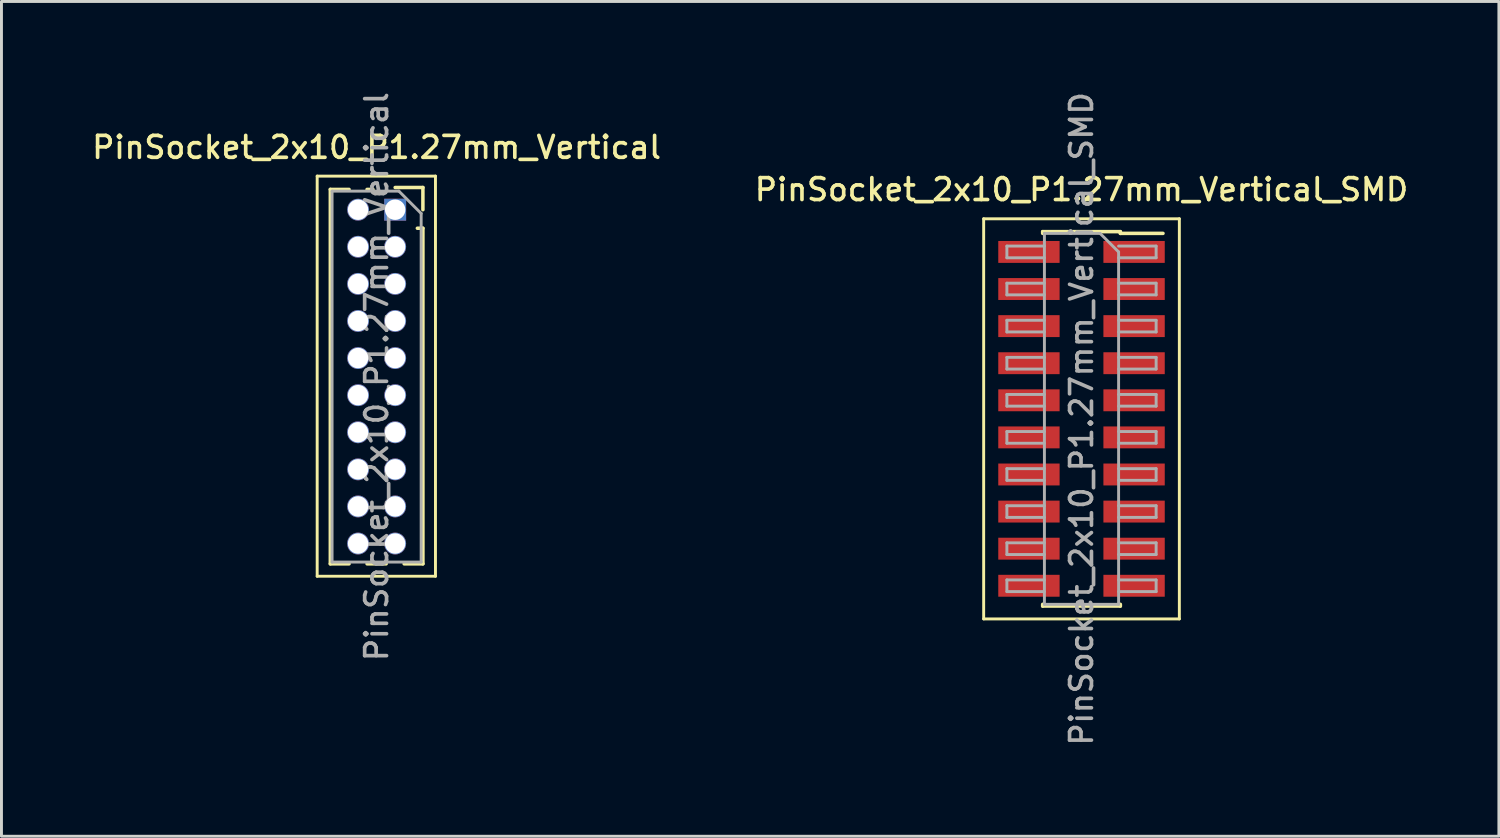
<source format=kicad_pcb>
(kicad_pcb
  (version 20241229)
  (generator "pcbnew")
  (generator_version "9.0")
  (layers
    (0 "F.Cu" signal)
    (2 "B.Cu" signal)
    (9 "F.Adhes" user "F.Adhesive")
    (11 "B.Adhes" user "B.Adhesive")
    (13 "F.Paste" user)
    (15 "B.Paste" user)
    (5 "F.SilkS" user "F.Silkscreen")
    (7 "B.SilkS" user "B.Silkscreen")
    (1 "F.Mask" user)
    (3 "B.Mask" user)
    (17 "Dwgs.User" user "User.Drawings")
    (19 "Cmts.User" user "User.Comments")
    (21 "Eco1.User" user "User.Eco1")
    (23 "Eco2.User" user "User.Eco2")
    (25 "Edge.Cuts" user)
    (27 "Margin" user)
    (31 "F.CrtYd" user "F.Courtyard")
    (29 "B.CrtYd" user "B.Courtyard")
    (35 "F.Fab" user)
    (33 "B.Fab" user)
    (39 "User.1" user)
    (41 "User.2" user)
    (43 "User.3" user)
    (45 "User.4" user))
  (footprint "PinSocket_2x10_P1.27mm_Vertical"
    (layer "F.Cu")
    (at 10.48 4.13)
    (property "Reference" "PinSocket_2x10_P1.27mm_Vertical" (at -0.635 -2.135 0) (layer "F.SilkS") (effects (font (size 0.75 0.75) (thickness 0.125))))
    (attr through_hole)
    (fp_line (start -2.67 -1.15) (end 1.38 -1.15) (stroke (width 0.1) (type solid)) (layer "F.SilkS"))
    (fp_line (start -2.67 12.55) (end -2.67 -1.15) (stroke (width 0.1) (type solid)) (layer "F.SilkS"))
    (fp_line (start -2.22 -0.695) (end -2.22 12.125) (stroke (width 0.12) (type solid)) (layer "F.SilkS"))
    (fp_line (start -2.22 -0.695) (end -1.578 -0.695) (stroke (width 0.12) (type solid)) (layer "F.SilkS"))
    (fp_line (start -2.22 12.125) (end -1.578 12.125) (stroke (width 0.12) (type solid)) (layer "F.SilkS"))
    (fp_line (start -0.962 -0.695) (end -0.76 -0.695) (stroke (width 0.12) (type solid)) (layer "F.SilkS"))
    (fp_line (start -0.962 12.125) (end -0.308 12.125) (stroke (width 0.12) (type solid)) (layer "F.SilkS"))
    (fp_line (start 0 -0.76) (end 0.95 -0.76) (stroke (width 0.12) (type solid)) (layer "F.SilkS"))
    (fp_line (start 0.308 12.125) (end 0.95 12.125) (stroke (width 0.12) (type solid)) (layer "F.SilkS"))
    (fp_line (start 0.76 0.635) (end 0.95 0.635) (stroke (width 0.12) (type solid)) (layer "F.SilkS"))
    (fp_line (start 0.95 -0.76) (end 0.95 0) (stroke (width 0.12) (type solid)) (layer "F.SilkS"))
    (fp_line (start 0.95 0.635) (end 0.95 12.125) (stroke (width 0.12) (type solid)) (layer "F.SilkS"))
    (fp_line (start 1.38 -1.15) (end 1.38 12.55) (stroke (width 0.1) (type solid)) (layer "F.SilkS"))
    (fp_line (start 1.38 12.55) (end -2.67 12.55) (stroke (width 0.1) (type solid)) (layer "F.SilkS"))
    (fp_line (start -2.16 -0.635) (end 0.128 -0.635) (stroke (width 0.1) (type solid)) (layer "F.Fab"))
    (fp_line (start -2.16 12.065) (end -2.16 -0.635) (stroke (width 0.1) (type solid)) (layer "F.Fab"))
    (fp_line (start 0.128 -0.635) (end 0.89 0.128) (stroke (width 0.1) (type solid)) (layer "F.Fab"))
    (fp_line (start 0.89 0.128) (end 0.89 12.065) (stroke (width 0.1) (type solid)) (layer "F.Fab"))
    (fp_line (start 0.89 12.065) (end -2.16 12.065) (stroke (width 0.1) (type solid)) (layer "F.Fab"))
    (fp_text user "${REFERENCE}" (at -0.635 5.715 90) (layer "F.Fab") (effects (font (size 0.75 0.75) (thickness 0.125))))
    (pad "1" thru_hole rect (at 0 0) (size 0.75 0.75) (drill 0.7) (layers "*.Cu" "*.Mask"))
    (pad "2" thru_hole oval (at -1.27 0) (size 0.75 0.75) (drill 0.7) (layers "*.Cu" "*.Mask"))
    (pad "3" thru_hole oval (at 0 1.27) (size 0.75 0.75) (drill 0.7) (layers "*.Cu" "*.Mask"))
    (pad "4" thru_hole oval (at -1.27 1.27) (size 0.75 0.75) (drill 0.7) (layers "*.Cu" "*.Mask"))
    (pad "5" thru_hole oval (at 0 2.54) (size 0.75 0.75) (drill 0.7) (layers "*.Cu" "*.Mask"))
    (pad "6" thru_hole oval (at -1.27 2.54) (size 0.75 0.75) (drill 0.7) (layers "*.Cu" "*.Mask"))
    (pad "7" thru_hole oval (at 0 3.81) (size 0.75 0.75) (drill 0.7) (layers "*.Cu" "*.Mask"))
    (pad "8" thru_hole oval (at -1.27 3.81) (size 0.75 0.75) (drill 0.7) (layers "*.Cu" "*.Mask"))
    (pad "9" thru_hole oval (at 0 5.08) (size 0.75 0.75) (drill 0.7) (layers "*.Cu" "*.Mask"))
    (pad "10" thru_hole oval (at -1.27 5.08) (size 0.75 0.75) (drill 0.7) (layers "*.Cu" "*.Mask"))
    (pad "11" thru_hole oval (at 0 6.35) (size 0.75 0.75) (drill 0.7) (layers "*.Cu" "*.Mask"))
    (pad "12" thru_hole oval (at -1.27 6.35) (size 0.75 0.75) (drill 0.7) (layers "*.Cu" "*.Mask"))
    (pad "13" thru_hole oval (at 0 7.62) (size 0.75 0.75) (drill 0.7) (layers "*.Cu" "*.Mask"))
    (pad "14" thru_hole oval (at -1.27 7.62) (size 0.75 0.75) (drill 0.7) (layers "*.Cu" "*.Mask"))
    (pad "15" thru_hole oval (at 0 8.89) (size 0.75 0.75) (drill 0.7) (layers "*.Cu" "*.Mask"))
    (pad "16" thru_hole oval (at -1.27 8.89) (size 0.75 0.75) (drill 0.7) (layers "*.Cu" "*.Mask"))
    (pad "17" thru_hole oval (at 0 10.16) (size 0.75 0.75) (drill 0.7) (layers "*.Cu" "*.Mask"))
    (pad "18" thru_hole oval (at -1.27 10.16) (size 0.75 0.75) (drill 0.7) (layers "*.Cu" "*.Mask"))
    (pad "19" thru_hole oval (at 0 11.43) (size 0.75 0.75) (drill 0.7) (layers "*.Cu" "*.Mask"))
    (pad "20" thru_hole oval (at -1.27 11.43) (size 0.75 0.75) (drill 0.7) (layers "*.Cu" "*.Mask")))
  (footprint "PinSocket_2x10_P1.27mm_Vertical_SMD"
    (layer "F.Cu")
    (at 33.98 11.291)
    (property "Reference" "PinSocket_2x10_P1.27mm_Vertical_SMD" (at 0 -7.85 0) (layer "F.SilkS") (effects (font (size 0.75 0.75) (thickness 0.125))))
    (attr smd)
    (fp_line (start -3.35 -6.85) (end 3.35 -6.85) (stroke (width 0.1) (type solid)) (layer "F.SilkS"))
    (fp_line (start -3.35 6.85) (end -3.35 -6.85) (stroke (width 0.1) (type solid)) (layer "F.SilkS"))
    (fp_line (start -1.33 -6.41) (end -1.33 -6.35) (stroke (width 0.12) (type solid)) (layer "F.SilkS"))
    (fp_line (start -1.33 -6.41) (end 1.33 -6.41) (stroke (width 0.12) (type solid)) (layer "F.SilkS"))
    (fp_line (start -1.33 6.35) (end -1.33 6.41) (stroke (width 0.12) (type solid)) (layer "F.SilkS"))
    (fp_line (start -1.33 6.41) (end 1.33 6.41) (stroke (width 0.12) (type solid)) (layer "F.SilkS"))
    (fp_line (start 1.33 -6.41) (end 1.33 -6.35) (stroke (width 0.12) (type solid)) (layer "F.SilkS"))
    (fp_line (start 1.33 -6.35) (end 2.79 -6.35) (stroke (width 0.12) (type solid)) (layer "F.SilkS"))
    (fp_line (start 1.33 6.35) (end 1.33 6.41) (stroke (width 0.12) (type solid)) (layer "F.SilkS"))
    (fp_line (start 3.35 -6.85) (end 3.35 6.85) (stroke (width 0.1) (type solid)) (layer "F.SilkS"))
    (fp_line (start 3.35 6.85) (end -3.35 6.85) (stroke (width 0.1) (type solid)) (layer "F.SilkS"))
    (fp_line (start -2.555 -5.915) (end -1.27 -5.915) (stroke (width 0.1) (type solid)) (layer "F.Fab"))
    (fp_line (start -2.555 -5.515) (end -2.555 -5.915) (stroke (width 0.1) (type solid)) (layer "F.Fab"))
    (fp_line (start -2.555 -4.645) (end -1.27 -4.645) (stroke (width 0.1) (type solid)) (layer "F.Fab"))
    (fp_line (start -2.555 -4.245) (end -2.555 -4.645) (stroke (width 0.1) (type solid)) (layer "F.Fab"))
    (fp_line (start -2.555 -3.375) (end -1.27 -3.375) (stroke (width 0.1) (type solid)) (layer "F.Fab"))
    (fp_line (start -2.555 -2.975) (end -2.555 -3.375) (stroke (width 0.1) (type solid)) (layer "F.Fab"))
    (fp_line (start -2.555 -2.105) (end -1.27 -2.105) (stroke (width 0.1) (type solid)) (layer "F.Fab"))
    (fp_line (start -2.555 -1.705) (end -2.555 -2.105) (stroke (width 0.1) (type solid)) (layer "F.Fab"))
    (fp_line (start -2.555 -0.835) (end -1.27 -0.835) (stroke (width 0.1) (type solid)) (layer "F.Fab"))
    (fp_line (start -2.555 -0.435) (end -2.555 -0.835) (stroke (width 0.1) (type solid)) (layer "F.Fab"))
    (fp_line (start -2.555 0.435) (end -1.27 0.435) (stroke (width 0.1) (type solid)) (layer "F.Fab"))
    (fp_line (start -2.555 0.835) (end -2.555 0.435) (stroke (width 0.1) (type solid)) (layer "F.Fab"))
    (fp_line (start -2.555 1.705) (end -1.27 1.705) (stroke (width 0.1) (type solid)) (layer "F.Fab"))
    (fp_line (start -2.555 2.105) (end -2.555 1.705) (stroke (width 0.1) (type solid)) (layer "F.Fab"))
    (fp_line (start -2.555 2.975) (end -1.27 2.975) (stroke (width 0.1) (type solid)) (layer "F.Fab"))
    (fp_line (start -2.555 3.375) (end -2.555 2.975) (stroke (width 0.1) (type solid)) (layer "F.Fab"))
    (fp_line (start -2.555 4.245) (end -1.27 4.245) (stroke (width 0.1) (type solid)) (layer "F.Fab"))
    (fp_line (start -2.555 4.645) (end -2.555 4.245) (stroke (width 0.1) (type solid)) (layer "F.Fab"))
    (fp_line (start -2.555 5.515) (end -1.27 5.515) (stroke (width 0.1) (type solid)) (layer "F.Fab"))
    (fp_line (start -2.555 5.915) (end -2.555 5.515) (stroke (width 0.1) (type solid)) (layer "F.Fab"))
    (fp_line (start -1.27 -6.35) (end 0.635 -6.35) (stroke (width 0.1) (type solid)) (layer "F.Fab"))
    (fp_line (start -1.27 -5.515) (end -2.555 -5.515) (stroke (width 0.1) (type solid)) (layer "F.Fab"))
    (fp_line (start -1.27 -4.245) (end -2.555 -4.245) (stroke (width 0.1) (type solid)) (layer "F.Fab"))
    (fp_line (start -1.27 -2.975) (end -2.555 -2.975) (stroke (width 0.1) (type solid)) (layer "F.Fab"))
    (fp_line (start -1.27 -1.705) (end -2.555 -1.705) (stroke (width 0.1) (type solid)) (layer "F.Fab"))
    (fp_line (start -1.27 -0.435) (end -2.555 -0.435) (stroke (width 0.1) (type solid)) (layer "F.Fab"))
    (fp_line (start -1.27 0.835) (end -2.555 0.835) (stroke (width 0.1) (type solid)) (layer "F.Fab"))
    (fp_line (start -1.27 2.105) (end -2.555 2.105) (stroke (width 0.1) (type solid)) (layer "F.Fab"))
    (fp_line (start -1.27 3.375) (end -2.555 3.375) (stroke (width 0.1) (type solid)) (layer "F.Fab"))
    (fp_line (start -1.27 4.645) (end -2.555 4.645) (stroke (width 0.1) (type solid)) (layer "F.Fab"))
    (fp_line (start -1.27 5.915) (end -2.555 5.915) (stroke (width 0.1) (type solid)) (layer "F.Fab"))
    (fp_line (start -1.27 6.35) (end -1.27 -6.35) (stroke (width 0.1) (type solid)) (layer "F.Fab"))
    (fp_line (start 0.635 -6.35) (end 1.27 -5.715) (stroke (width 0.1) (type solid)) (layer "F.Fab"))
    (fp_line (start 1.27 -5.915) (end 2.555 -5.915) (stroke (width 0.1) (type solid)) (layer "F.Fab"))
    (fp_line (start 1.27 -5.715) (end 1.27 6.35) (stroke (width 0.1) (type solid)) (layer "F.Fab"))
    (fp_line (start 1.27 -4.645) (end 2.555 -4.645) (stroke (width 0.1) (type solid)) (layer "F.Fab"))
    (fp_line (start 1.27 -3.375) (end 2.555 -3.375) (stroke (width 0.1) (type solid)) (layer "F.Fab"))
    (fp_line (start 1.27 -2.105) (end 2.555 -2.105) (stroke (width 0.1) (type solid)) (layer "F.Fab"))
    (fp_line (start 1.27 -0.835) (end 2.555 -0.835) (stroke (width 0.1) (type solid)) (layer "F.Fab"))
    (fp_line (start 1.27 0.435) (end 2.555 0.435) (stroke (width 0.1) (type solid)) (layer "F.Fab"))
    (fp_line (start 1.27 1.705) (end 2.555 1.705) (stroke (width 0.1) (type solid)) (layer "F.Fab"))
    (fp_line (start 1.27 2.975) (end 2.555 2.975) (stroke (width 0.1) (type solid)) (layer "F.Fab"))
    (fp_line (start 1.27 4.245) (end 2.555 4.245) (stroke (width 0.1) (type solid)) (layer "F.Fab"))
    (fp_line (start 1.27 5.515) (end 2.555 5.515) (stroke (width 0.1) (type solid)) (layer "F.Fab"))
    (fp_line (start 1.27 6.35) (end -1.27 6.35) (stroke (width 0.1) (type solid)) (layer "F.Fab"))
    (fp_line (start 2.555 -5.915) (end 2.555 -5.515) (stroke (width 0.1) (type solid)) (layer "F.Fab"))
    (fp_line (start 2.555 -5.515) (end 1.27 -5.515) (stroke (width 0.1) (type solid)) (layer "F.Fab"))
    (fp_line (start 2.555 -4.645) (end 2.555 -4.245) (stroke (width 0.1) (type solid)) (layer "F.Fab"))
    (fp_line (start 2.555 -4.245) (end 1.27 -4.245) (stroke (width 0.1) (type solid)) (layer "F.Fab"))
    (fp_line (start 2.555 -3.375) (end 2.555 -2.975) (stroke (width 0.1) (type solid)) (layer "F.Fab"))
    (fp_line (start 2.555 -2.975) (end 1.27 -2.975) (stroke (width 0.1) (type solid)) (layer "F.Fab"))
    (fp_line (start 2.555 -2.105) (end 2.555 -1.705) (stroke (width 0.1) (type solid)) (layer "F.Fab"))
    (fp_line (start 2.555 -1.705) (end 1.27 -1.705) (stroke (width 0.1) (type solid)) (layer "F.Fab"))
    (fp_line (start 2.555 -0.835) (end 2.555 -0.435) (stroke (width 0.1) (type solid)) (layer "F.Fab"))
    (fp_line (start 2.555 -0.435) (end 1.27 -0.435) (stroke (width 0.1) (type solid)) (layer "F.Fab"))
    (fp_line (start 2.555 0.435) (end 2.555 0.835) (stroke (width 0.1) (type solid)) (layer "F.Fab"))
    (fp_line (start 2.555 0.835) (end 1.27 0.835) (stroke (width 0.1) (type solid)) (layer "F.Fab"))
    (fp_line (start 2.555 1.705) (end 2.555 2.105) (stroke (width 0.1) (type solid)) (layer "F.Fab"))
    (fp_line (start 2.555 2.105) (end 1.27 2.105) (stroke (width 0.1) (type solid)) (layer "F.Fab"))
    (fp_line (start 2.555 2.975) (end 2.555 3.375) (stroke (width 0.1) (type solid)) (layer "F.Fab"))
    (fp_line (start 2.555 3.375) (end 1.27 3.375) (stroke (width 0.1) (type solid)) (layer "F.Fab"))
    (fp_line (start 2.555 4.245) (end 2.555 4.645) (stroke (width 0.1) (type solid)) (layer "F.Fab"))
    (fp_line (start 2.555 4.645) (end 1.27 4.645) (stroke (width 0.1) (type solid)) (layer "F.Fab"))
    (fp_line (start 2.555 5.515) (end 2.555 5.915) (stroke (width 0.1) (type solid)) (layer "F.Fab"))
    (fp_line (start 2.555 5.915) (end 1.27 5.915) (stroke (width 0.1) (type solid)) (layer "F.Fab"))
    (fp_text user "${REFERENCE}" (at 0 0 90) (layer "F.Fab") (effects (font (size 0.75 0.75) (thickness 0.125))))
    (pad "1" smd rect (at 1.8 -5.715) (size 2.1 0.75) (layers "F.Cu" "F.Mask" "F.Paste"))
    (pad "2" smd rect (at -1.8 -5.715) (size 2.1 0.75) (layers "F.Cu" "F.Mask" "F.Paste"))
    (pad "3" smd rect (at 1.8 -4.445) (size 2.1 0.75) (layers "F.Cu" "F.Mask" "F.Paste"))
    (pad "4" smd rect (at -1.8 -4.445) (size 2.1 0.75) (layers "F.Cu" "F.Mask" "F.Paste"))
    (pad "5" smd rect (at 1.8 -3.175) (size 2.1 0.75) (layers "F.Cu" "F.Mask" "F.Paste"))
    (pad "6" smd rect (at -1.8 -3.175) (size 2.1 0.75) (layers "F.Cu" "F.Mask" "F.Paste"))
    (pad "7" smd rect (at 1.8 -1.905) (size 2.1 0.75) (layers "F.Cu" "F.Mask" "F.Paste"))
    (pad "8" smd rect (at -1.8 -1.905) (size 2.1 0.75) (layers "F.Cu" "F.Mask" "F.Paste"))
    (pad "9" smd rect (at 1.8 -0.635) (size 2.1 0.75) (layers "F.Cu" "F.Mask" "F.Paste"))
    (pad "10" smd rect (at -1.8 -0.635) (size 2.1 0.75) (layers "F.Cu" "F.Mask" "F.Paste"))
    (pad "11" smd rect (at 1.8 0.635) (size 2.1 0.75) (layers "F.Cu" "F.Mask" "F.Paste"))
    (pad "12" smd rect (at -1.8 0.635) (size 2.1 0.75) (layers "F.Cu" "F.Mask" "F.Paste"))
    (pad "13" smd rect (at 1.8 1.905) (size 2.1 0.75) (layers "F.Cu" "F.Mask" "F.Paste"))
    (pad "14" smd rect (at -1.8 1.905) (size 2.1 0.75) (layers "F.Cu" "F.Mask" "F.Paste"))
    (pad "15" smd rect (at 1.8 3.175) (size 2.1 0.75) (layers "F.Cu" "F.Mask" "F.Paste"))
    (pad "16" smd rect (at -1.8 3.175) (size 2.1 0.75) (layers "F.Cu" "F.Mask" "F.Paste"))
    (pad "17" smd rect (at 1.8 4.445) (size 2.1 0.75) (layers "F.Cu" "F.Mask" "F.Paste"))
    (pad "18" smd rect (at -1.8 4.445) (size 2.1 0.75) (layers "F.Cu" "F.Mask" "F.Paste"))
    (pad "19" smd rect (at 1.8 5.715) (size 2.1 0.75) (layers "F.Cu" "F.Mask" "F.Paste"))
    (pad "20" smd rect (at -1.8 5.715) (size 2.1 0.75) (layers "F.Cu" "F.Mask" "F.Paste")))
  (gr_rect
    (start -3 -3)
    (end 48.271 25.582)
    (stroke (width 0.1) (type default))
    (fill no)
    (layer "Edge.Cuts")))
</source>
